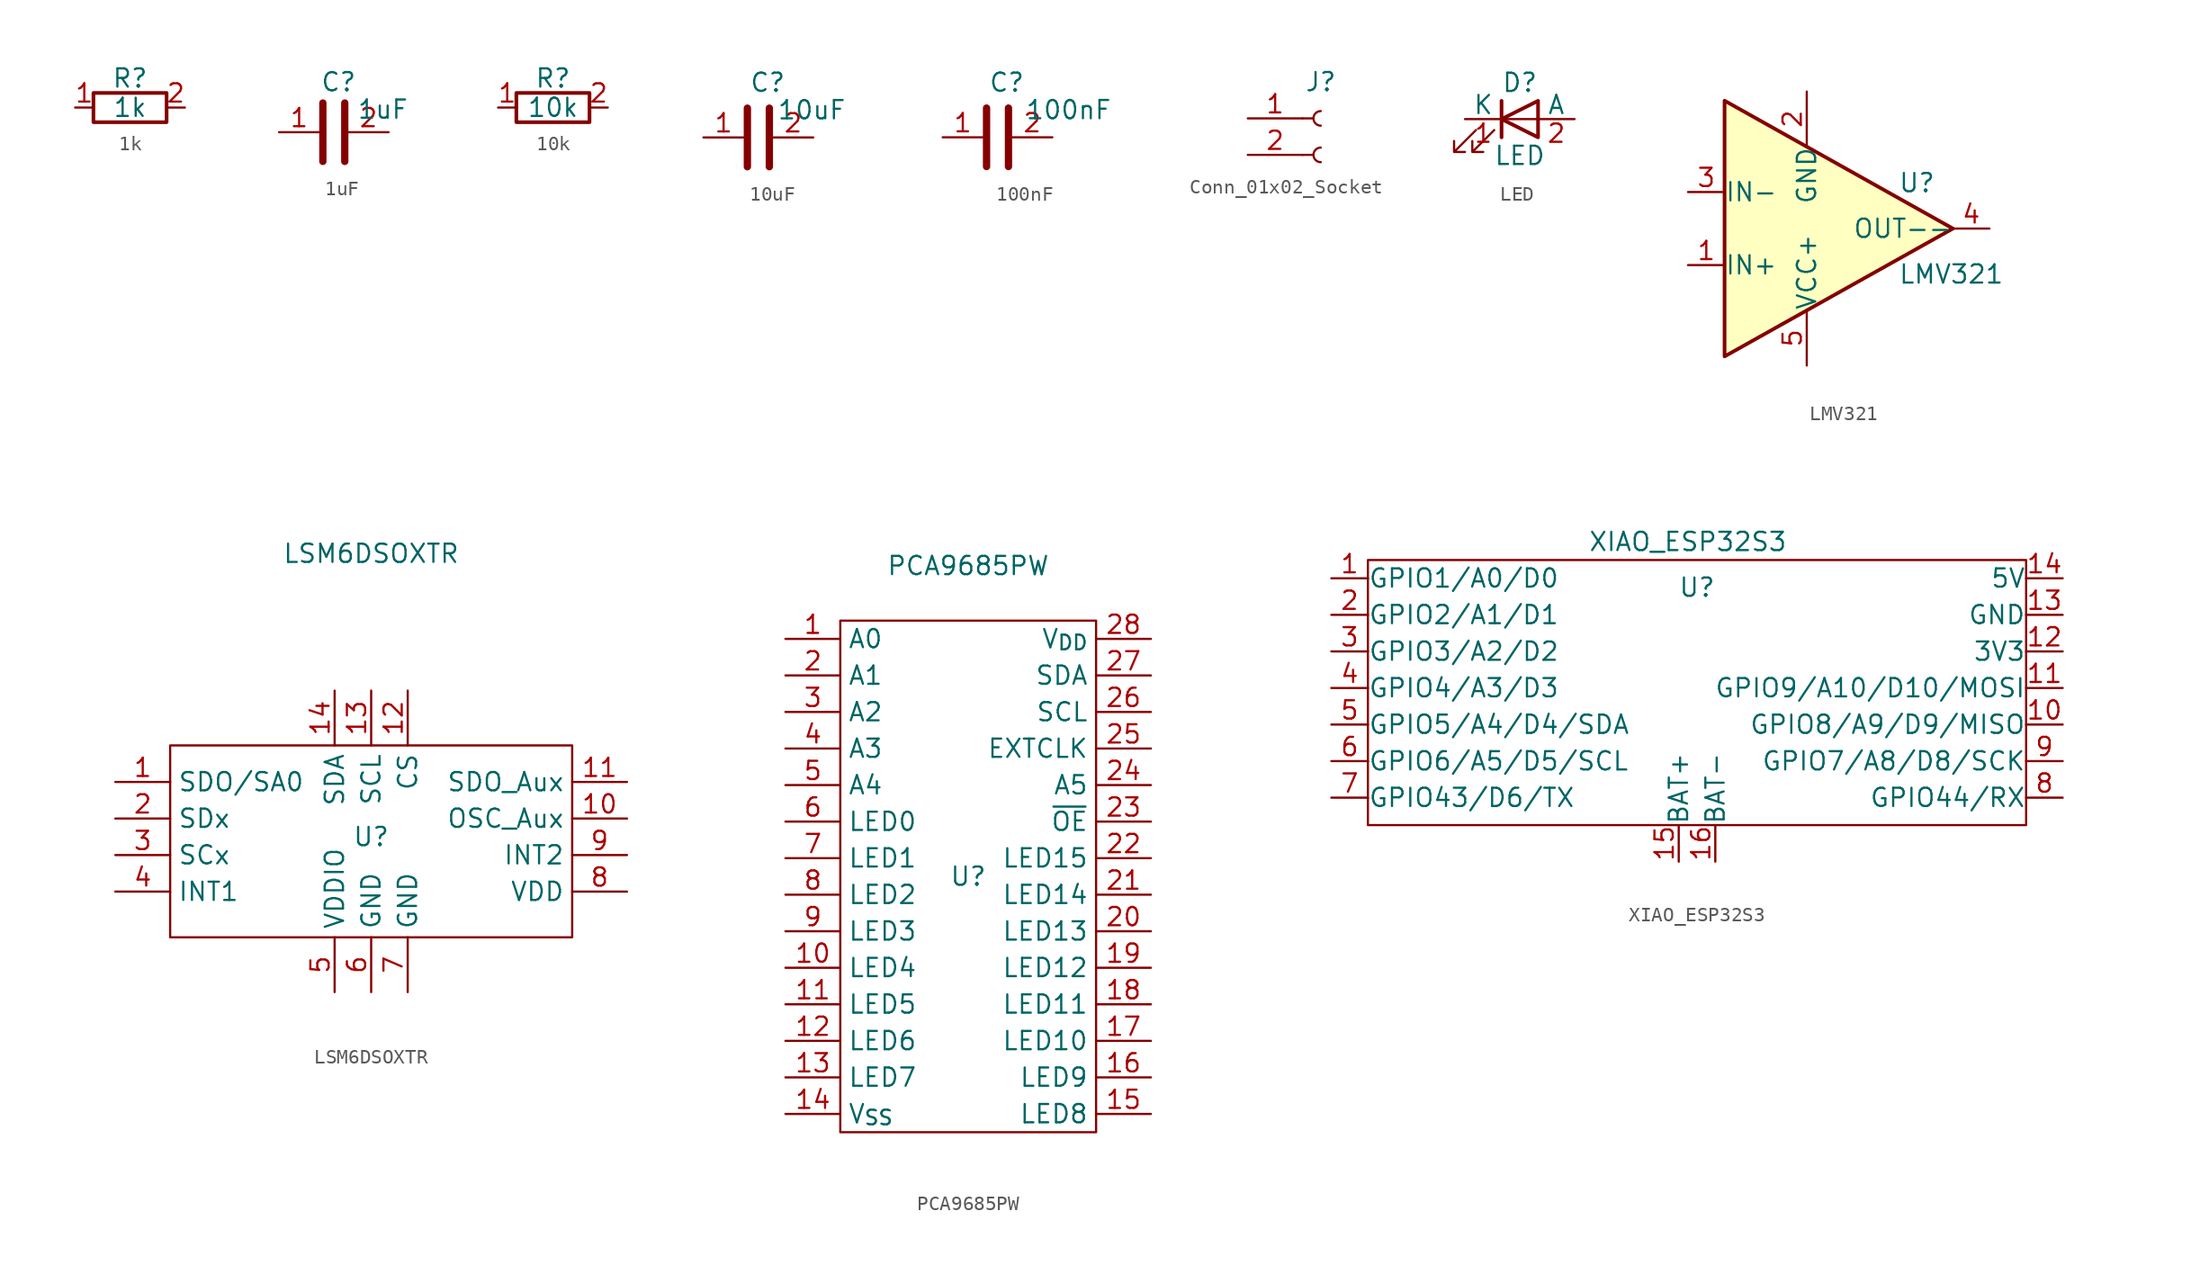
<source format=kicad_sym>
(kicad_symbol_lib
  (version 20220914)
  (generator kicad_symbol_editor)
  (symbol "1k"
    (pin_names
      (offset 0))
    (property "Reference" "R"
      (at 0 2.032 0)
      (effects (font (size 1.27 1.27))))
    (property "Value" "1k"
      (at 0 0 0)
      (effects (font (size 1.27 1.27))))
    (symbol "1k_0_1"
      (rectangle (start 2.54 -1.016) (end -2.54 1.016) (stroke (width 0.254) (type default)) (fill (type none))))
    (symbol "1k_1_1"
      (pin passive line (at -3.81 0 0) (length 1.27) (name "~" (effects (font (size 1.27 1.27)))) (number "1" (effects (font (size 1.27 1.27)))))
      (pin passive line (at 3.81 0 180) (length 1.27) (name "~" (effects (font (size 1.27 1.27)))) (number "2" (effects (font (size 1.27 1.27)))))))
  (symbol "1uF"
    (pin_names
      (offset 0))
    (property "Reference" "C"
      (at -0.953 3.493 0)
      (effects (font (size 1.27 1.27)) (justify left)))
    (property "Value" "1uF"
      (at 1.587 1.587 0)
      (effects (font (size 1.27 1.27)) (justify left)))
    (symbol "1uF_0_1"
      (polyline (pts (xy -0.762 -2.032) (xy -0.762 2.032)) (stroke (width 0.508) (type default)) (fill (type none)))
      (polyline (pts (xy 0.762 -2.032) (xy 0.762 2.032)) (stroke (width 0.508) (type default)) (fill (type none))))
    (symbol "1uF_1_1"
      (pin passive line (at -3.81 0 0) (length 2.794) (name "~" (effects (font (size 1.27 1.27)))) (number "1" (effects (font (size 1.27 1.27)))))
      (pin passive line (at 3.81 0 180) (length 2.794) (name "~" (effects (font (size 1.27 1.27)))) (number "2" (effects (font (size 1.27 1.27)))))))
  (symbol "10k"
    (pin_names
      (offset 0))
    (property "Reference" "R"
      (at 0 2.032 0)
      (effects (font (size 1.27 1.27))))
    (property "Value" "10k"
      (at 0 0 0)
      (effects (font (size 1.27 1.27))))
    (symbol "10k_0_1"
      (rectangle (start 2.54 -1.016) (end -2.54 1.016) (stroke (width 0.254) (type default)) (fill (type none))))
    (symbol "10k_1_1"
      (pin passive line (at -3.81 0 0) (length 1.27) (name "~" (effects (font (size 1.27 1.27)))) (number "1" (effects (font (size 1.27 1.27)))))
      (pin passive line (at 3.81 0 180) (length 1.27) (name "~" (effects (font (size 1.27 1.27)))) (number "2" (effects (font (size 1.27 1.27)))))))
  (symbol "10uF"
    (pin_names
      (offset 0))
    (property "Reference" "C"
      (at -0.635 3.81 0)
      (effects (font (size 1.27 1.27)) (justify left)))
    (property "Value" "10uF"
      (at 1.27 1.905 0)
      (effects (font (size 1.27 1.27)) (justify left)))
    (symbol "10uF_0_1"
      (polyline (pts (xy -0.762 -2.032) (xy -0.762 2.032)) (stroke (width 0.508) (type default)) (fill (type none)))
      (polyline (pts (xy 0.762 -2.032) (xy 0.762 2.032)) (stroke (width 0.508) (type default)) (fill (type none))))
    (symbol "10uF_1_1"
      (pin passive line (at -3.81 0 0) (length 2.794) (name "~" (effects (font (size 1.27 1.27)))) (number "1" (effects (font (size 1.27 1.27)))))
      (pin passive line (at 3.81 0 180) (length 2.794) (name "~" (effects (font (size 1.27 1.27)))) (number "2" (effects (font (size 1.27 1.27)))))))
  (symbol "100nF"
    (pin_names
      (offset 0))
    (property "Reference" "C"
      (at -0.635 3.81 0)
      (effects (font (size 1.27 1.27)) (justify left)))
    (property "Value" "100nF"
      (at 1.905 1.905 0)
      (effects (font (size 1.27 1.27)) (justify left)))
    (symbol "100nF_0_1"
      (polyline (pts (xy -0.762 -2.032) (xy -0.762 2.032)) (stroke (width 0.508) (type default)) (fill (type none)))
      (polyline (pts (xy 0.762 -2.032) (xy 0.762 2.032)) (stroke (width 0.508) (type default)) (fill (type none))))
    (symbol "100nF_1_1"
      (pin passive line (at -3.81 0 0) (length 2.794) (name "~" (effects (font (size 1.27 1.27)))) (number "1" (effects (font (size 1.27 1.27)))))
      (pin passive line (at 3.81 0 180) (length 2.794) (name "~" (effects (font (size 1.27 1.27)))) (number "2" (effects (font (size 1.27 1.27)))))))
  (symbol "Conn_01x02_Socket"
    (pin_names
      (offset 0))
    (property "Reference" "J"
      (at 0 2.54 0)
      (effects (font (size 1.27 1.27))))
    (symbol "Conn_01x02_Socket_1_1"
      (arc (start 0 -2.032) (mid -0.5058 -2.54) (end 0 -3.048) (stroke (width 0.1524) (type default)) (fill (type none)))
      (polyline (pts (xy -1.27 -2.54) (xy -0.508 -2.54)) (stroke (width 0.152) (type default)) (fill (type none)))
      (polyline (pts (xy -1.27 0) (xy -0.508 0)) (stroke (width 0.152) (type default)) (fill (type none)))
      (arc (start 0 0.508) (mid -0.5058 0) (end 0 -0.508) (stroke (width 0.1524) (type default)) (fill (type none)))
      (pin passive line (at -5.08 0 0) (length 3.81) (name "" (effects (font (size 1.27 1.27)))) (number "1" (effects (font (size 1.27 1.27)))))
      (pin passive line (at -5.08 -2.54 0) (length 3.81) (name "" (effects (font (size 1.27 1.27)))) (number "2" (effects (font (size 1.27 1.27)))))))
  (symbol "LED"
    (pin_names
      (offset 0))
    (property "Reference" "D"
      (at 0 2.54 0)
      (effects (font (size 1.27 1.27))))
    (property "Value" "LED"
      (at 0 -2.54 0)
      (effects (font (size 1.27 1.27))))
    (symbol "LED_0_1"
      (polyline (pts (xy -1.27 -1.27) (xy -1.27 1.27)) (stroke (width 0.254) (type default)) (fill (type none)))
      (polyline (pts (xy -1.27 0) (xy 1.27 0)) (stroke (width 0) (type default)) (fill (type none)))
      (polyline (pts (xy 1.27 -1.27) (xy 1.27 1.27) (xy -1.27 0) (xy 1.27 -1.27)) (stroke (width 0.254) (type default)) (fill (type none)))
      (polyline (pts (xy -3.048 -0.762) (xy -4.572 -2.286) (xy -3.81 -2.286) (xy -4.572 -2.286) (xy -4.572 -1.524)) (stroke (width 0) (type default)) (fill (type none)))
      (polyline (pts (xy -1.778 -0.762) (xy -3.302 -2.286) (xy -2.54 -2.286) (xy -3.302 -2.286) (xy -3.302 -1.524)) (stroke (width 0) (type default)) (fill (type none))))
    (symbol "LED_1_1"
      (pin passive line (at -3.81 0 0) (length 2.54) (name "K" (effects (font (size 1.27 1.27)))) (number "1" (effects (font (size 1.27 1.27)))))
      (pin passive line (at 3.81 0 180) (length 2.54) (name "A" (effects (font (size 1.27 1.27)))) (number "2" (effects (font (size 1.27 1.27)))))))
  (symbol "LMV321"
    (pin_names
      (offset 0.002))
    (property "Reference" "U"
      (at 3.81 3.175 0)
      (effects (font (size 1.27 1.27)) (justify left)))
    (property "Value" "LMV321"
      (at 3.81 -3.175 0)
      (effects (font (size 1.27 1.27)) (justify left)))
    (symbol "LMV321_0_1"
      (polyline (pts (xy 7.62 0) (xy -8.255 8.89) (xy -8.255 -8.89) (xy 7.62 0)) (stroke (width 0.254) (type default)) (fill (type background))))
    (symbol "LMV321_1_1"
      (pin input line (at -10.795 -2.54 0) (length 2.54) (name "IN+" (effects (font (size 1.27 1.27)))) (number "1" (effects (font (size 1.27 1.27)))))
      (pin power_in line (at -2.54 9.525 270) (length 3.81) (name "GND" (effects (font (size 1.27 1.27)))) (number "2" (effects (font (size 1.27 1.27)))))
      (pin input line (at -10.795 2.54 0) (length 2.54) (name "IN-" (effects (font (size 1.27 1.27)))) (number "3" (effects (font (size 1.27 1.27)))))
      (pin output line (at 10.16 0 180) (length 2.54) (name "OUT--" (effects (font (size 1.27 1.27)))) (number "4" (effects (font (size 1.27 1.27)))))
      (pin power_in line (at -2.54 -9.525 90) (length 3.81) (name "VCC+" (effects (font (size 1.27 1.27)))) (number "5" (effects (font (size 1.27 1.27)))))))
  (symbol "LSM6DSOXTR"
    (property "Reference" "U"
      (at 0 0 0)
      (effects (font (size 1.27 1.27))))
    (property "Value" "LSM6DSOXTR"
      (at 0 19.685 0)
      (effects (font (size 1.27 1.27))))
    (symbol "LSM6DSOXTR_0_1"
      (rectangle (start -13.97 6.35) (end 13.97 -6.985) (stroke (width 0) (type default)) (fill (type none))))
    (symbol "LSM6DSOXTR_1_1"
      (pin passive line (at -17.78 3.81 0) (length 3.81) (name "SDO/SA0" (effects (font (size 1.27 1.27)))) (number "1" (effects (font (size 1.27 1.27)))))
      (pin passive line (at 17.78 1.27 180) (length 3.81) (name "OSC_Aux" (effects (font (size 1.27 1.27)))) (number "10" (effects (font (size 1.27 1.27)))))
      (pin passive line (at 17.78 3.81 180) (length 3.81) (name "SDO_Aux" (effects (font (size 1.27 1.27)))) (number "11" (effects (font (size 1.27 1.27)))))
      (pin passive line (at 2.54 10.16 270) (length 3.81) (name "CS" (effects (font (size 1.27 1.27)))) (number "12" (effects (font (size 1.27 1.27)))))
      (pin passive line (at 0 10.16 270) (length 3.81) (name "SCL" (effects (font (size 1.27 1.27)))) (number "13" (effects (font (size 1.27 1.27)))))
      (pin passive line (at -2.54 10.16 270) (length 3.81) (name "SDA" (effects (font (size 1.27 1.27)))) (number "14" (effects (font (size 1.27 1.27)))))
      (pin passive line (at -17.78 1.27 0) (length 3.81) (name "SDx" (effects (font (size 1.27 1.27)))) (number "2" (effects (font (size 1.27 1.27)))))
      (pin passive line (at -17.78 -1.27 0) (length 3.81) (name "SCx" (effects (font (size 1.27 1.27)))) (number "3" (effects (font (size 1.27 1.27)))))
      (pin passive line (at -17.78 -3.81 0) (length 3.81) (name "INT1" (effects (font (size 1.27 1.27)))) (number "4" (effects (font (size 1.27 1.27)))))
      (pin passive line (at -2.54 -10.795 90) (length 3.81) (name "VDDIO" (effects (font (size 1.27 1.27)))) (number "5" (effects (font (size 1.27 1.27)))))
      (pin passive line (at 0 -10.795 90) (length 3.81) (name "GND" (effects (font (size 1.27 1.27)))) (number "6" (effects (font (size 1.27 1.27)))))
      (pin passive line (at 2.54 -10.795 90) (length 3.81) (name "GND" (effects (font (size 1.27 1.27)))) (number "7" (effects (font (size 1.27 1.27)))))
      (pin passive line (at 17.78 -3.81 180) (length 3.81) (name "VDD" (effects (font (size 1.27 1.27)))) (number "8" (effects (font (size 1.27 1.27)))))
      (pin passive line (at 17.78 -1.27 180) (length 3.81) (name "INT2" (effects (font (size 1.27 1.27)))) (number "9" (effects (font (size 1.27 1.27)))))))
  (symbol "PCA9685PW"
    (property "Reference" "U"
      (at 0 0 0)
      (effects (font (size 1.27 1.27))))
    (property "Value" "PCA9685PW"
      (at 0 21.59 0)
      (effects (font (size 1.27 1.27))))
    (symbol "PCA9685PW_0_1"
      (rectangle (start -8.89 17.78) (end 8.89 -17.78) (stroke (width 0) (type default)) (fill (type none))))
    (symbol "PCA9685PW_1_1"
      (pin passive line (at -12.7 16.51 0) (length 3.81) (name "A0" (effects (font (size 1.27 1.27)))) (number "1" (effects (font (size 1.27 1.27)))))
      (pin passive line (at -12.7 -6.35 0) (length 3.81) (name "LED4" (effects (font (size 1.27 1.27)))) (number "10" (effects (font (size 1.27 1.27)))))
      (pin passive line (at -12.7 -8.89 0) (length 3.81) (name "LED5" (effects (font (size 1.27 1.27)))) (number "11" (effects (font (size 1.27 1.27)))))
      (pin passive line (at -12.7 -11.43 0) (length 3.81) (name "LED6" (effects (font (size 1.27 1.27)))) (number "12" (effects (font (size 1.27 1.27)))))
      (pin passive line (at -12.7 -13.97 0) (length 3.81) (name "LED7" (effects (font (size 1.27 1.27)))) (number "13" (effects (font (size 1.27 1.27)))))
      (pin passive line (at -12.7 -16.51 0) (length 3.81) (name "V_{SS}" (effects (font (size 1.27 1.27)))) (number "14" (effects (font (size 1.27 1.27)))))
      (pin passive line (at 12.7 -16.51 180) (length 3.81) (name "LED8" (effects (font (size 1.27 1.27)))) (number "15" (effects (font (size 1.27 1.27)))))
      (pin passive line (at 12.7 -13.97 180) (length 3.81) (name "LED9" (effects (font (size 1.27 1.27)))) (number "16" (effects (font (size 1.27 1.27)))))
      (pin passive line (at 12.7 -11.43 180) (length 3.81) (name "LED10" (effects (font (size 1.27 1.27)))) (number "17" (effects (font (size 1.27 1.27)))))
      (pin passive line (at 12.7 -8.89 180) (length 3.81) (name "LED11" (effects (font (size 1.27 1.27)))) (number "18" (effects (font (size 1.27 1.27)))))
      (pin passive line (at 12.7 -6.35 180) (length 3.81) (name "LED12" (effects (font (size 1.27 1.27)))) (number "19" (effects (font (size 1.27 1.27)))))
      (pin passive line (at -12.7 13.97 0) (length 3.81) (name "A1" (effects (font (size 1.27 1.27)))) (number "2" (effects (font (size 1.27 1.27)))))
      (pin passive line (at 12.7 -3.81 180) (length 3.81) (name "LED13" (effects (font (size 1.27 1.27)))) (number "20" (effects (font (size 1.27 1.27)))))
      (pin passive line (at 12.7 -1.27 180) (length 3.81) (name "LED14" (effects (font (size 1.27 1.27)))) (number "21" (effects (font (size 1.27 1.27)))))
      (pin passive line (at 12.7 1.27 180) (length 3.81) (name "LED15" (effects (font (size 1.27 1.27)))) (number "22" (effects (font (size 1.27 1.27)))))
      (pin passive line (at 12.7 3.81 180) (length 3.81) (name "~{OE}" (effects (font (size 1.27 1.27)))) (number "23" (effects (font (size 1.27 1.27)))))
      (pin passive line (at 12.7 6.35 180) (length 3.81) (name "A5" (effects (font (size 1.27 1.27)))) (number "24" (effects (font (size 1.27 1.27)))))
      (pin passive line (at 12.7 8.89 180) (length 3.81) (name "EXTCLK" (effects (font (size 1.27 1.27)))) (number "25" (effects (font (size 1.27 1.27)))))
      (pin passive line (at 12.7 11.43 180) (length 3.81) (name "SCL" (effects (font (size 1.27 1.27)))) (number "26" (effects (font (size 1.27 1.27)))))
      (pin passive line (at 12.7 13.97 180) (length 3.81) (name "SDA" (effects (font (size 1.27 1.27)))) (number "27" (effects (font (size 1.27 1.27)))))
      (pin passive line (at 12.7 16.51 180) (length 3.81) (name "V_{DD}" (effects (font (size 1.27 1.27)))) (number "28" (effects (font (size 1.27 1.27)))))
      (pin passive line (at -12.7 11.43 0) (length 3.81) (name "A2" (effects (font (size 1.27 1.27)))) (number "3" (effects (font (size 1.27 1.27)))))
      (pin passive line (at -12.7 8.89 0) (length 3.81) (name "A3" (effects (font (size 1.27 1.27)))) (number "4" (effects (font (size 1.27 1.27)))))
      (pin passive line (at -12.7 6.35 0) (length 3.81) (name "A4" (effects (font (size 1.27 1.27)))) (number "5" (effects (font (size 1.27 1.27)))))
      (pin passive line (at -12.7 3.81 0) (length 3.81) (name "LED0" (effects (font (size 1.27 1.27)))) (number "6" (effects (font (size 1.27 1.27)))))
      (pin passive line (at -12.7 1.27 0) (length 3.81) (name "LED1" (effects (font (size 1.27 1.27)))) (number "7" (effects (font (size 1.27 1.27)))))
      (pin passive line (at -12.7 -1.27 0) (length 3.81) (name "LED2" (effects (font (size 1.27 1.27)))) (number "8" (effects (font (size 1.27 1.27)))))
      (pin passive line (at -12.7 -3.81 0) (length 3.81) (name "LED3" (effects (font (size 1.27 1.27)))) (number "9" (effects (font (size 1.27 1.27)))))))
  (symbol "XIAO_ESP32S3"
    (pin_names
      (offset 0.002))
    (property "Reference" "U"
      (at 0 6.985 0)
      (effects (font (size 1.27 1.27))))
    (property "Value" "XIAO_ESP32S3"
      (at -0.635 10.16 0)
      (effects (font (size 1.27 1.27))))
    (symbol "XIAO_ESP32S3_1_1"
      (rectangle (start -22.86 8.89) (end 22.86 -9.525) (stroke (width 0) (type default)) (fill (type none)))
      (pin input line (at -25.4 7.62 0) (length 2.54) (name "GPIO1/A0/D0" (effects (font (size 1.27 1.27)))) (number "1" (effects (font (size 1.27 1.27)))))
      (pin input line (at 25.4 -2.54 180) (length 2.54) (name "GPIO8/A9/D9/MISO" (effects (font (size 1.27 1.27)))) (number "10" (effects (font (size 1.27 1.27)))))
      (pin input line (at 25.4 0 180) (length 2.54) (name "GPIO9/A10/D10/MOSI" (effects (font (size 1.27 1.27)))) (number "11" (effects (font (size 1.27 1.27)))))
      (pin input line (at 25.4 2.54 180) (length 2.54) (name "3V3" (effects (font (size 1.27 1.27)))) (number "12" (effects (font (size 1.27 1.27)))))
      (pin input line (at 25.4 5.08 180) (length 2.54) (name "GND" (effects (font (size 1.27 1.27)))) (number "13" (effects (font (size 1.27 1.27)))))
      (pin input line (at 25.4 7.62 180) (length 2.54) (name "5V" (effects (font (size 1.27 1.27)))) (number "14" (effects (font (size 1.27 1.27)))))
      (pin input line (at -1.27 -12.065 90) (length 2.54) (name "BAT+" (effects (font (size 1.27 1.27)))) (number "15" (effects (font (size 1.27 1.27)))))
      (pin input line (at 1.27 -12.065 90) (length 2.54) (name "BAT-" (effects (font (size 1.27 1.27)))) (number "16" (effects (font (size 1.27 1.27)))))
      (pin input line (at -25.4 5.08 0) (length 2.54) (name "GPIO2/A1/D1" (effects (font (size 1.27 1.27)))) (number "2" (effects (font (size 1.27 1.27)))))
      (pin input line (at -25.4 2.54 0) (length 2.54) (name "GPIO3/A2/D2" (effects (font (size 1.27 1.27)))) (number "3" (effects (font (size 1.27 1.27)))))
      (pin input line (at -25.4 0 0) (length 2.54) (name "GPIO4/A3/D3" (effects (font (size 1.27 1.27)))) (number "4" (effects (font (size 1.27 1.27)))))
      (pin input line (at -25.4 -2.54 0) (length 2.54) (name "GPIO5/A4/D4/SDA" (effects (font (size 1.27 1.27)))) (number "5" (effects (font (size 1.27 1.27)))))
      (pin input line (at -25.4 -5.08 0) (length 2.54) (name "GPIO6/A5/D5/SCL" (effects (font (size 1.27 1.27)))) (number "6" (effects (font (size 1.27 1.27)))))
      (pin input line (at -25.4 -7.62 0) (length 2.54) (name "GPIO43/D6/TX" (effects (font (size 1.27 1.27)))) (number "7" (effects (font (size 1.27 1.27)))))
      (pin input line (at 25.4 -7.62 180) (length 2.54) (name "GPIO44/RX" (effects (font (size 1.27 1.27)))) (number "8" (effects (font (size 1.27 1.27)))))
      (pin input line (at 25.4 -5.08 180) (length 2.54) (name "GPIO7/A8/D8/SCK" (effects (font (size 1.27 1.27)))) (number "9" (effects (font (size 1.27 1.27))))))))
</source>
